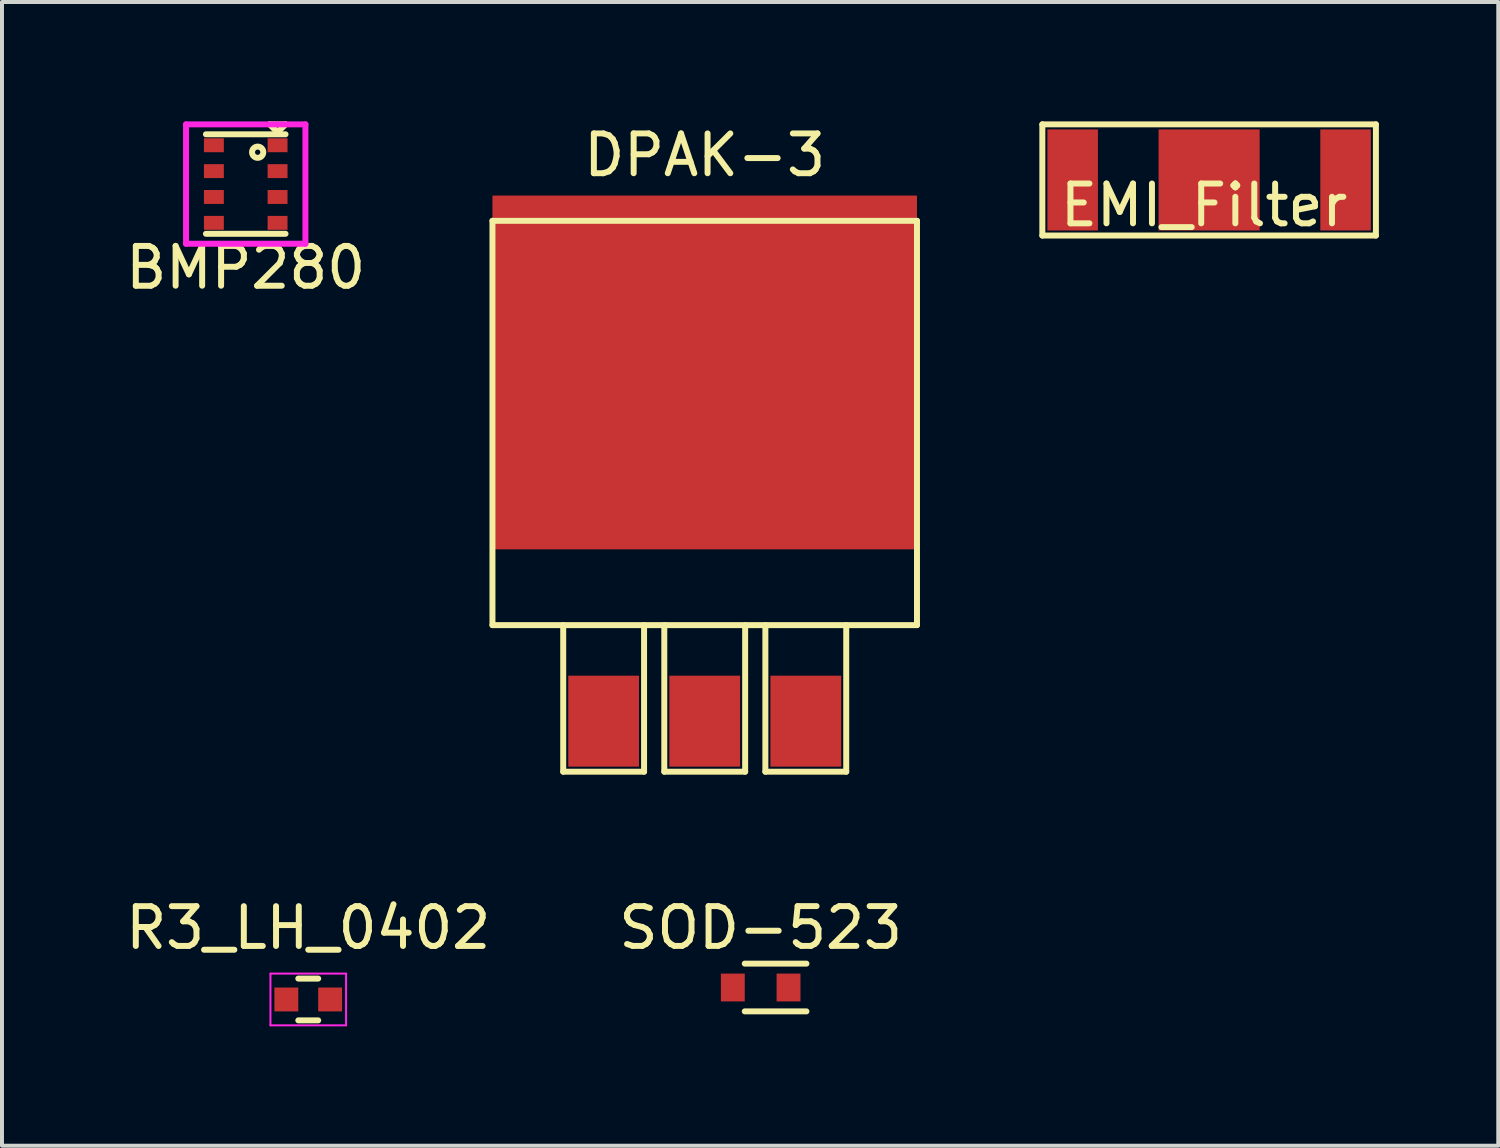
<source format=kicad_pcb>
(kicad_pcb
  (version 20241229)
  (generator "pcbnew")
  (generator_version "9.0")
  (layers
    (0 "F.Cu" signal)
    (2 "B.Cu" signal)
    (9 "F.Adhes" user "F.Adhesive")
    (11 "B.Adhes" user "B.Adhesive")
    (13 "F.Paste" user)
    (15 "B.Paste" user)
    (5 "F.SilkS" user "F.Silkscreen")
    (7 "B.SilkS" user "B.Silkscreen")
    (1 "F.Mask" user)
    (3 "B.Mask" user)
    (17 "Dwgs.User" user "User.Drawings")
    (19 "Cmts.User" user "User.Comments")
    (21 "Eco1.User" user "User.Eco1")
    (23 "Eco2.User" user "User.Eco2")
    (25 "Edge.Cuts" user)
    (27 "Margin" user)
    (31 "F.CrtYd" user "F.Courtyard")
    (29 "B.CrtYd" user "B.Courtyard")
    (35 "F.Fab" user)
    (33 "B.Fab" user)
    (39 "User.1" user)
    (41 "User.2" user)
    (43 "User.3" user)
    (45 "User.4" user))
  (footprint "R3_LH_0402"
    (layer "F.Cu")
    (at 4.696 22.066)
    (property "Reference" "R3_LH_0402" (at 0 -1.8 0) (layer "F.SilkS") (effects (font (size 1 1) (thickness 0.15))))
    (attr smd)
    (fp_line (start -0.25 0.525) (end 0.25 0.525) (stroke (width 0.15) (type solid)) (layer "F.SilkS"))
    (fp_line (start 0.25 -0.525) (end -0.25 -0.525) (stroke (width 0.15) (type solid)) (layer "F.SilkS"))
    (fp_line (start -0.95 -0.65) (end -0.95 0.65) (stroke (width 0.05) (type solid)) (layer "F.CrtYd"))
    (fp_line (start -0.95 -0.65) (end 0.95 -0.65) (stroke (width 0.05) (type solid)) (layer "F.CrtYd"))
    (fp_line (start -0.95 0.65) (end 0.95 0.65) (stroke (width 0.05) (type solid)) (layer "F.CrtYd"))
    (fp_line (start 0.95 -0.65) (end 0.95 0.65) (stroke (width 0.05) (type solid)) (layer "F.CrtYd"))
    (pad "1" smd rect (at -0.55 0) (size 0.6 0.6) (layers "F.Cu" "F.Mask" "F.Paste"))
    (pad "2" smd rect (at 0.55 0) (size 0.6 0.6) (layers "F.Cu" "F.Mask" "F.Paste")))
  (footprint "BMP280"
    (layer "F.Cu")
    (at 3.125 1.575)
    (property "Reference" "BMP280" (at 0 2.1 0) (layer "F.SilkS") (effects (font (size 1 1) (thickness 0.15))))
    (attr through_hole)
    (fp_line (start -1 -1.25) (end 1 -1.25) (stroke (width 0.15) (type solid)) (layer "F.SilkS"))
    (fp_line (start -1 1.25) (end 1 1.25) (stroke (width 0.15) (type solid)) (layer "F.SilkS"))
    (fp_line (start 0.6 -1.5) (end 1 -1.5) (stroke (width 0.15) (type solid)) (layer "F.SilkS"))
    (fp_line (start 0.8 -1.3) (end 0.6 -1.5) (stroke (width 0.15) (type solid)) (layer "F.SilkS"))
    (fp_line (start 1 -1.5) (end 0.8 -1.3) (stroke (width 0.15) (type solid)) (layer "F.SilkS"))
    (fp_circle (center 0.3 -0.8) (end 0.4 -0.9) (stroke (width 0.15) (type solid)) (fill no) (layer "F.SilkS"))
    (fp_line (start -1.5 -1.5) (end 1.5 -1.5) (stroke (width 0.15) (type solid)) (layer "F.CrtYd"))
    (fp_line (start -1.5 1.5) (end -1.5 -1.5) (stroke (width 0.15) (type solid)) (layer "F.CrtYd"))
    (fp_line (start 1.5 -1.5) (end 1.5 1.5) (stroke (width 0.15) (type solid)) (layer "F.CrtYd"))
    (fp_line (start 1.5 1.5) (end -1.5 1.5) (stroke (width 0.15) (type solid)) (layer "F.CrtYd"))
    (pad "1" smd rect (at 0.8 -0.975) (size 0.5 0.35) (layers "F.Cu" "F.Mask" "F.Paste"))
    (pad "2" smd rect (at 0.8 -0.325) (size 0.5 0.35) (layers "F.Cu" "F.Mask" "F.Paste"))
    (pad "3" smd rect (at 0.8 0.325) (size 0.5 0.35) (layers "F.Cu" "F.Mask" "F.Paste"))
    (pad "4" smd rect (at 0.8 0.975) (size 0.5 0.35) (layers "F.Cu" "F.Mask" "F.Paste"))
    (pad "5" smd rect (at -0.8 0.975) (size 0.5 0.35) (layers "F.Cu" "F.Mask" "F.Paste"))
    (pad "6" smd rect (at -0.8 0.325) (size 0.5 0.35) (layers "F.Cu" "F.Mask" "F.Paste"))
    (pad "7" smd rect (at -0.8 -0.325) (size 0.5 0.35) (layers "F.Cu" "F.Mask" "F.Paste"))
    (pad "8" smd rect (at -0.8 -0.975) (size 0.5 0.35) (layers "F.Cu" "F.Mask" "F.Paste")))
  (footprint "EMI_Filter"
    (layer "F.Cu")
    (at 27.334 1.472)
    (property "Reference" "EMI_Filter" (at -0.127 0.635 0) (layer "F.SilkS") (effects (font (size 1 1) (thickness 0.15))))
    (attr through_hole)
    (fp_line (start -4.191 -1.397) (end -4.191 1.397) (stroke (width 0.15) (type solid)) (layer "F.SilkS"))
    (fp_line (start -4.191 1.397) (end 4.191 1.397) (stroke (width 0.15) (type solid)) (layer "F.SilkS"))
    (fp_line (start 4.191 -1.397) (end -4.191 -1.397) (stroke (width 0.15) (type solid)) (layer "F.SilkS"))
    (fp_line (start 4.191 1.397) (end 4.191 -1.397) (stroke (width 0.15) (type solid)) (layer "F.SilkS"))
    (pad "GND" smd rect (at 0 0) (size 2.54 2.54) (layers "F.Cu" "F.Mask" "F.Paste"))
    (pad "VI" smd rect (at -3.429 0) (size 1.27 2.54) (layers "F.Cu" "F.Mask" "F.Paste"))
    (pad "VO" smd rect (at 3.429 0) (size 1.27 2.54) (layers "F.Cu" "F.Mask" "F.Paste")))
  (footprint "SOD-523"
    (layer "F.Cu")
    (at 16.065 21.765)
    (property "Reference" "SOD-523" (at 0 -1.5 0) (layer "F.SilkS") (effects (font (size 1 1) (thickness 0.15))))
    (attr through_hole)
    (fp_line (start -0.4 -0.6) (end 1.15 -0.6) (stroke (width 0.15) (type solid)) (layer "F.SilkS"))
    (fp_line (start -0.4 0.6) (end 1.15 0.6) (stroke (width 0.15) (type solid)) (layer "F.SilkS"))
    (pad "1" smd rect (at 0.7 0) (size 0.6 0.7) (layers "F.Cu" "F.Mask" "F.Paste"))
    (pad "2" smd rect (at -0.7 0) (size 0.6 0.7) (layers "F.Cu" "F.Mask" "F.Paste")))
  (footprint "DPAK-3"
    (layer "F.Cu")
    (at 14.659 15.072)
    (property "Reference" "DPAK-3" (at 0 -14.224 0) (layer "F.SilkS") (effects (font (size 1 1) (thickness 0.15))))
    (attr through_hole)
    (fp_line (start -5.334 -12.573) (end -5.334 -2.413) (stroke (width 0.15) (type solid)) (layer "F.SilkS"))
    (fp_line (start -5.334 -2.413) (end 5.334 -2.413) (stroke (width 0.15) (type solid)) (layer "F.SilkS"))
    (fp_line (start -3.556 -2.413) (end -3.556 1.27) (stroke (width 0.15) (type solid)) (layer "F.SilkS"))
    (fp_line (start -3.556 1.27) (end -1.524 1.27) (stroke (width 0.15) (type solid)) (layer "F.SilkS"))
    (fp_line (start -1.524 1.27) (end -1.524 -2.413) (stroke (width 0.15) (type solid)) (layer "F.SilkS"))
    (fp_line (start -1.016 -2.413) (end -1.016 1.27) (stroke (width 0.15) (type solid)) (layer "F.SilkS"))
    (fp_line (start -1.016 1.27) (end 1.016 1.27) (stroke (width 0.15) (type solid)) (layer "F.SilkS"))
    (fp_line (start 1.016 1.27) (end 1.016 -2.413) (stroke (width 0.15) (type solid)) (layer "F.SilkS"))
    (fp_line (start 1.524 -2.413) (end 1.524 1.27) (stroke (width 0.15) (type solid)) (layer "F.SilkS"))
    (fp_line (start 1.524 1.27) (end 3.556 1.27) (stroke (width 0.15) (type solid)) (layer "F.SilkS"))
    (fp_line (start 3.556 1.27) (end 3.556 -2.413) (stroke (width 0.15) (type solid)) (layer "F.SilkS"))
    (fp_line (start 5.334 -12.573) (end -5.334 -12.573) (stroke (width 0.15) (type solid)) (layer "F.SilkS"))
    (fp_line (start 5.334 -2.413) (end 5.334 -12.573) (stroke (width 0.15) (type solid)) (layer "F.SilkS"))
    (pad "1" smd rect (at -2.54 0) (size 1.778 2.286) (layers "F.Cu" "F.Mask" "F.Paste"))
    (pad "2" smd rect (at 0 -8.763) (size 10.668 8.89) (layers "F.Cu" "F.Mask" "F.Paste"))
    (pad "2" smd rect (at 0 0) (size 1.778 2.286) (layers "F.Cu" "F.Mask" "F.Paste"))
    (pad "3" smd rect (at 2.54 0) (size 1.778 2.286) (layers "F.Cu" "F.Mask" "F.Paste")))
  (gr_rect
    (start -3 -3)
    (end 34.6 25.741)
    (stroke (width 0.1) (type default))
    (fill no)
    (layer "Edge.Cuts")))
</source>
